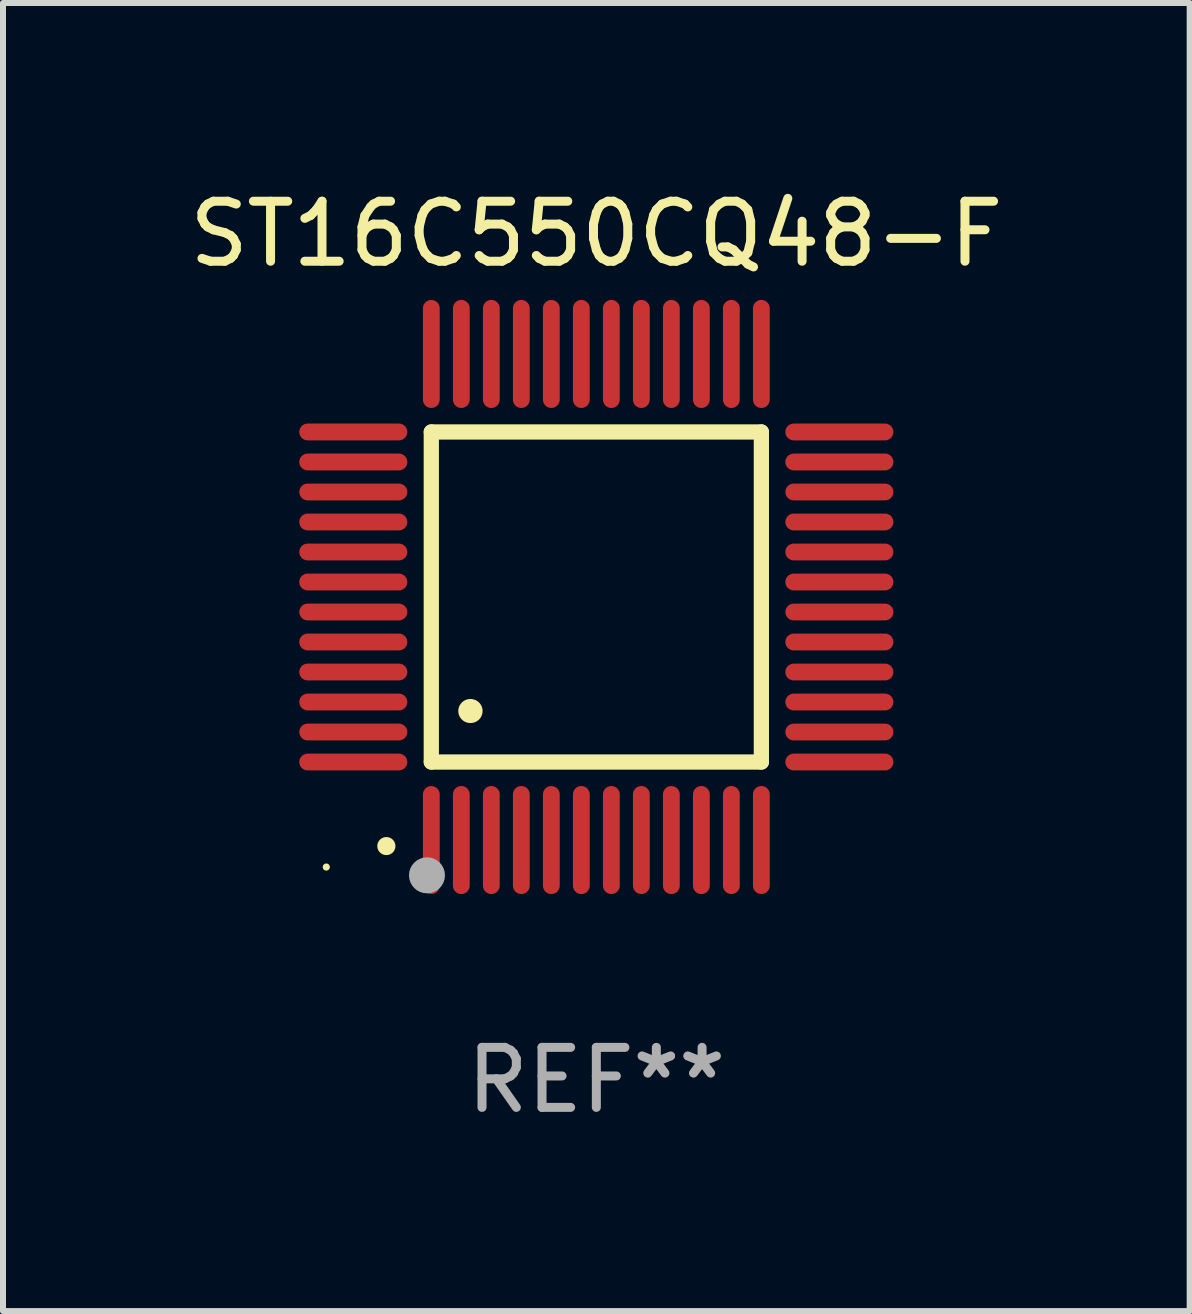
<source format=kicad_pcb>
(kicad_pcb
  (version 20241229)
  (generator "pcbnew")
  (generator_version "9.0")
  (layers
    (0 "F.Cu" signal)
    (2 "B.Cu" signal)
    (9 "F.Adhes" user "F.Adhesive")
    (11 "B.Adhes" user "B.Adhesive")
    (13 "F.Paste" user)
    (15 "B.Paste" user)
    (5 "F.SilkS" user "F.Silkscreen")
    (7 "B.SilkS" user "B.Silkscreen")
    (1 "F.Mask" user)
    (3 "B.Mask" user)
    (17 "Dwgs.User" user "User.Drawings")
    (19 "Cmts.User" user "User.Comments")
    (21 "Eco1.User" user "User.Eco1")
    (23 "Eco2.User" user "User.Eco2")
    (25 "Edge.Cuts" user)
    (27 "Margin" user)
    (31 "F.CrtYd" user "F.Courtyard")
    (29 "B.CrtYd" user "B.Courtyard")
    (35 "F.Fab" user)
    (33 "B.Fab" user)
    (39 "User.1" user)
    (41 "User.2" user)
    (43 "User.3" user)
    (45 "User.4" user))
  (footprint "ST16C550CQ48-F"
    (layer "F.Cu")
    (at 6.887 6.898)
    (property "Reference" "ST16C550CQ48-F" (at 0 -6.05 0) (layer "F.SilkS") (effects (font (size 1 1) (thickness 0.15))))
    (attr through_hole)
    (fp_line (start -2.75 -2.75) (end 2.75 -2.75) (stroke (width 0.254) (type solid)) (layer "F.SilkS"))
    (fp_line (start -2.75 2.75) (end -2.75 -2.75) (stroke (width 0.254) (type solid)) (layer "F.SilkS"))
    (fp_line (start 2.75 -2.75) (end 2.75 2.75) (stroke (width 0.254) (type solid)) (layer "F.SilkS"))
    (fp_line (start 2.75 2.75) (end -2.75 2.75) (stroke (width 0.254) (type solid)) (layer "F.SilkS"))
    (fp_arc (start -3.500127 4.150368) (mid -3.498857 4.150363) (end -3.497587 4.150368) (stroke (width 0.3) (type solid)) (layer "F.SilkS"))
    (fp_arc (start -2.100584 1.899924) (mid -2.098044 1.899908) (end -2.095504 1.899924) (stroke (width 0.4) (type solid)) (layer "F.SilkS"))
    (fp_circle (center -4.5 4.5) (end -4.47 4.5) (stroke (width 0.06) (type solid)) (fill no) (layer "F.SilkS"))
    (fp_circle (center -2.822 4.638) (end -2.672 4.638) (stroke (width 0.3) (type solid)) (fill no) (layer "F.Fab"))
    (fp_text user "REF**" (at 0 8.05 0) (layer "F.Fab") (effects (font (size 1 1) (thickness 0.15))))
    (pad "1" smd oval (at -2.75 4.05) (size 0.28 1.8) (layers "F.Cu" "F.Mask" "F.Paste"))
    (pad "2" smd oval (at -2.25 4.05) (size 0.28 1.8) (layers "F.Cu" "F.Mask" "F.Paste"))
    (pad "3" smd oval (at -1.75 4.05) (size 0.28 1.8) (layers "F.Cu" "F.Mask" "F.Paste"))
    (pad "4" smd oval (at -1.25 4.05) (size 0.28 1.8) (layers "F.Cu" "F.Mask" "F.Paste"))
    (pad "5" smd oval (at -0.75 4.05) (size 0.28 1.8) (layers "F.Cu" "F.Mask" "F.Paste"))
    (pad "6" smd oval (at -0.25 4.05) (size 0.28 1.8) (layers "F.Cu" "F.Mask" "F.Paste"))
    (pad "7" smd oval (at 0.25 4.05) (size 0.28 1.8) (layers "F.Cu" "F.Mask" "F.Paste"))
    (pad "8" smd oval (at 0.75 4.05) (size 0.28 1.8) (layers "F.Cu" "F.Mask" "F.Paste"))
    (pad "9" smd oval (at 1.25 4.05) (size 0.28 1.8) (layers "F.Cu" "F.Mask" "F.Paste"))
    (pad "10" smd oval (at 1.75 4.05) (size 0.28 1.8) (layers "F.Cu" "F.Mask" "F.Paste"))
    (pad "11" smd oval (at 2.25 4.05) (size 0.28 1.8) (layers "F.Cu" "F.Mask" "F.Paste"))
    (pad "12" smd oval (at 2.75 4.05) (size 0.28 1.8) (layers "F.Cu" "F.Mask" "F.Paste"))
    (pad "13" smd oval (at 4.05 2.75) (size 1.8 0.28) (layers "F.Cu" "F.Mask" "F.Paste"))
    (pad "14" smd oval (at 4.05 2.25) (size 1.8 0.28) (layers "F.Cu" "F.Mask" "F.Paste"))
    (pad "15" smd oval (at 4.05 1.75) (size 1.8 0.28) (layers "F.Cu" "F.Mask" "F.Paste"))
    (pad "16" smd oval (at 4.05 1.25) (size 1.8 0.28) (layers "F.Cu" "F.Mask" "F.Paste"))
    (pad "17" smd oval (at 4.05 0.75) (size 1.8 0.28) (layers "F.Cu" "F.Mask" "F.Paste"))
    (pad "18" smd oval (at 4.05 0.25) (size 1.8 0.28) (layers "F.Cu" "F.Mask" "F.Paste"))
    (pad "19" smd oval (at 4.05 -0.25) (size 1.8 0.28) (layers "F.Cu" "F.Mask" "F.Paste"))
    (pad "20" smd oval (at 4.05 -0.75) (size 1.8 0.28) (layers "F.Cu" "F.Mask" "F.Paste"))
    (pad "21" smd oval (at 4.05 -1.25) (size 1.8 0.28) (layers "F.Cu" "F.Mask" "F.Paste"))
    (pad "22" smd oval (at 4.05 -1.75) (size 1.8 0.28) (layers "F.Cu" "F.Mask" "F.Paste"))
    (pad "23" smd oval (at 4.05 -2.25) (size 1.8 0.28) (layers "F.Cu" "F.Mask" "F.Paste"))
    (pad "24" smd oval (at 4.05 -2.75) (size 1.8 0.28) (layers "F.Cu" "F.Mask" "F.Paste"))
    (pad "25" smd oval (at 2.75 -4.05) (size 0.28 1.8) (layers "F.Cu" "F.Mask" "F.Paste"))
    (pad "26" smd oval (at 2.25 -4.05) (size 0.28 1.8) (layers "F.Cu" "F.Mask" "F.Paste"))
    (pad "27" smd oval (at 1.75 -4.05) (size 0.28 1.8) (layers "F.Cu" "F.Mask" "F.Paste"))
    (pad "28" smd oval (at 1.25 -4.05) (size 0.28 1.8) (layers "F.Cu" "F.Mask" "F.Paste"))
    (pad "29" smd oval (at 0.75 -4.05) (size 0.28 1.8) (layers "F.Cu" "F.Mask" "F.Paste"))
    (pad "30" smd oval (at 0.25 -4.05) (size 0.28 1.8) (layers "F.Cu" "F.Mask" "F.Paste"))
    (pad "31" smd oval (at -0.25 -4.05) (size 0.28 1.8) (layers "F.Cu" "F.Mask" "F.Paste"))
    (pad "32" smd oval (at -0.75 -4.05) (size 0.28 1.8) (layers "F.Cu" "F.Mask" "F.Paste"))
    (pad "33" smd oval (at -1.25 -4.05) (size 0.28 1.8) (layers "F.Cu" "F.Mask" "F.Paste"))
    (pad "34" smd oval (at -1.75 -4.05) (size 0.28 1.8) (layers "F.Cu" "F.Mask" "F.Paste"))
    (pad "35" smd oval (at -2.25 -4.05) (size 0.28 1.8) (layers "F.Cu" "F.Mask" "F.Paste"))
    (pad "36" smd oval (at -2.75 -4.05) (size 0.28 1.8) (layers "F.Cu" "F.Mask" "F.Paste"))
    (pad "37" smd oval (at -4.05 -2.75) (size 1.8 0.28) (layers "F.Cu" "F.Mask" "F.Paste"))
    (pad "38" smd oval (at -4.05 -2.25) (size 1.8 0.28) (layers "F.Cu" "F.Mask" "F.Paste"))
    (pad "39" smd oval (at -4.05 -1.75) (size 1.8 0.28) (layers "F.Cu" "F.Mask" "F.Paste"))
    (pad "40" smd oval (at -4.05 -1.25) (size 1.8 0.28) (layers "F.Cu" "F.Mask" "F.Paste"))
    (pad "41" smd oval (at -4.05 -0.75) (size 1.8 0.28) (layers "F.Cu" "F.Mask" "F.Paste"))
    (pad "42" smd oval (at -4.05 -0.25) (size 1.8 0.28) (layers "F.Cu" "F.Mask" "F.Paste"))
    (pad "43" smd oval (at -4.05 0.25) (size 1.8 0.28) (layers "F.Cu" "F.Mask" "F.Paste"))
    (pad "44" smd oval (at -4.05 0.75) (size 1.8 0.28) (layers "F.Cu" "F.Mask" "F.Paste"))
    (pad "45" smd oval (at -4.05 1.25) (size 1.8 0.28) (layers "F.Cu" "F.Mask" "F.Paste"))
    (pad "46" smd oval (at -4.05 1.75) (size 1.8 0.28) (layers "F.Cu" "F.Mask" "F.Paste"))
    (pad "47" smd oval (at -4.05 2.25) (size 1.8 0.28) (layers "F.Cu" "F.Mask" "F.Paste"))
    (pad "48" smd oval (at -4.05 2.75) (size 1.8 0.28) (layers "F.Cu" "F.Mask" "F.Paste")))
  (gr_rect
    (start -3 -3)
    (end 16.774 18.797)
    (stroke (width 0.1) (type default))
    (fill no)
    (layer "Edge.Cuts")))
</source>
